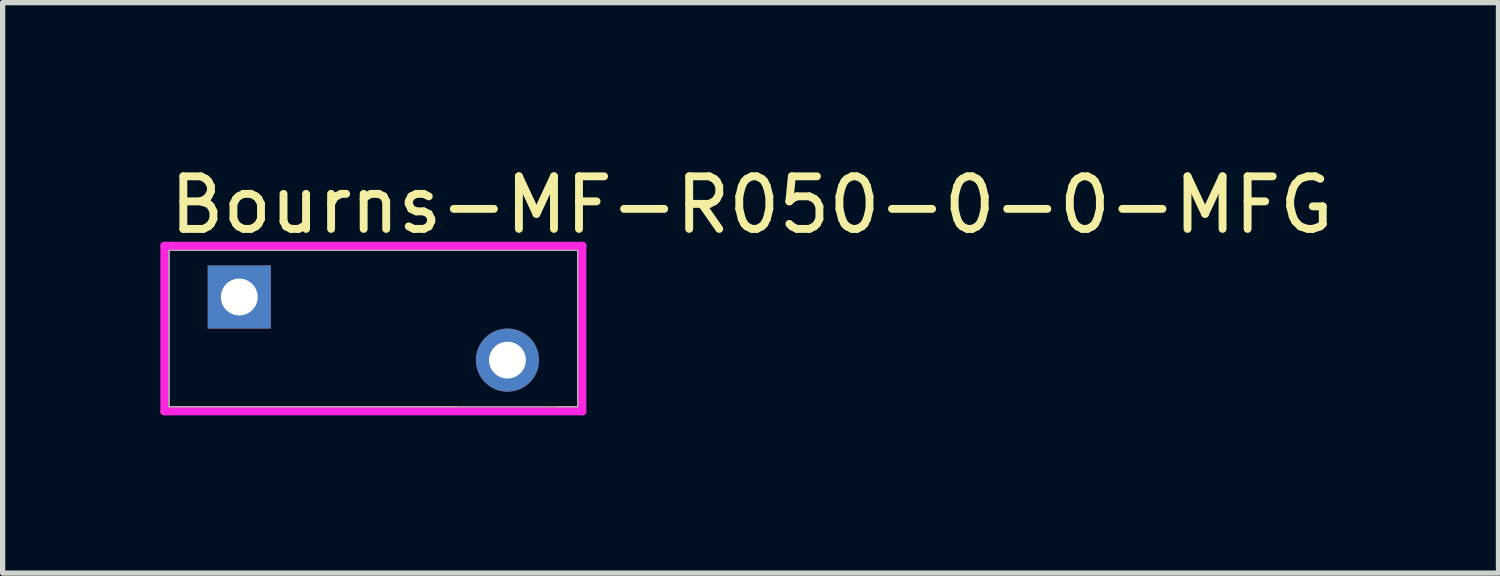
<source format=kicad_pcb>
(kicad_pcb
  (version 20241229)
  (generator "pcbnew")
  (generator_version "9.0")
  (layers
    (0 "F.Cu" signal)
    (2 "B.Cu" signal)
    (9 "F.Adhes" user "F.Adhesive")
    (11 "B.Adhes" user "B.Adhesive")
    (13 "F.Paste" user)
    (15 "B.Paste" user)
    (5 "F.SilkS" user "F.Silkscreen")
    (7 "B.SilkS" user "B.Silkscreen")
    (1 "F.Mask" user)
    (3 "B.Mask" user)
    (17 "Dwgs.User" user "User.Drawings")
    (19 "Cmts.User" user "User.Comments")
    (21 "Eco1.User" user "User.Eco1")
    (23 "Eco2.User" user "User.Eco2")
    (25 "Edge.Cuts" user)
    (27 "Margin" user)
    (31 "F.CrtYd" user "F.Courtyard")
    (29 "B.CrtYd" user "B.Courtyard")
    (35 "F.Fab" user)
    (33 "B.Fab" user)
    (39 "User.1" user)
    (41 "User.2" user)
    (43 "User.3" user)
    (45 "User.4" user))
  (footprint "Bourns-MF-R050-0-0-MFG"
    (layer "F.Cu")
    (at 4.05 3.198)
    (property "Reference" "Bourns-MF-R050-0-0-MFG" (at -3.95 -2.35 0) (layer "F.SilkS") (effects (font (size 1 1) (thickness 0.15)) (justify left)))
    (attr through_hole)
    (fp_line (start -3.95 -1.55) (end -3.525 -1.55) (stroke (width 0.15) (type solid)) (layer "F.SilkS"))
    (fp_line (start -3.95 1.55) (end -3.95 -1.55) (stroke (width 0.15) (type solid)) (layer "F.SilkS"))
    (fp_line (start -3.95 1.55) (end 1.575 1.55) (stroke (width 0.15) (type solid)) (layer "F.SilkS"))
    (fp_line (start -1.575 -1.55) (end 3.95 -1.55) (stroke (width 0.15) (type solid)) (layer "F.SilkS"))
    (fp_line (start 3.525 1.55) (end 3.95 1.55) (stroke (width 0.15) (type solid)) (layer "F.SilkS"))
    (fp_line (start 3.95 1.55) (end 3.95 -1.55) (stroke (width 0.15) (type solid)) (layer "F.SilkS"))
    (fp_line (start -3.975 -1.575) (end -3.975 1.575) (stroke (width 0.15) (type solid)) (layer "F.CrtYd"))
    (fp_line (start -3.975 1.575) (end 3.975 1.575) (stroke (width 0.15) (type solid)) (layer "F.CrtYd"))
    (fp_line (start 3.975 -1.575) (end -3.975 -1.575) (stroke (width 0.15) (type solid)) (layer "F.CrtYd"))
    (fp_line (start 3.975 -1.575) (end 3.975 -1.575) (stroke (width 0.15) (type solid)) (layer "F.CrtYd"))
    (fp_line (start 3.975 1.575) (end 3.975 -1.575) (stroke (width 0.15) (type solid)) (layer "F.CrtYd"))
    (fp_line (start -3.95 -1.55) (end 3.95 -1.55) (stroke (width 0.15) (type solid)) (layer "F.Fab"))
    (fp_line (start -3.95 1.55) (end -3.95 -1.55) (stroke (width 0.15) (type solid)) (layer "F.Fab"))
    (fp_line (start 3.95 -1.55) (end 3.95 1.55) (stroke (width 0.15) (type solid)) (layer "F.Fab"))
    (fp_line (start 3.95 1.55) (end -3.95 1.55) (stroke (width 0.15) (type solid)) (layer "F.Fab"))
    (pad "1" thru_hole rect (at -2.55 -0.6) (size 1.2 1.2) (drill 0.7) (layers "*.Cu"))
    (pad "2" thru_hole circle (at 2.55 0.6) (size 1.2 1.2) (drill 0.7) (layers "*.Cu")))
  (gr_rect
    (start -3 -3)
    (end 25.445 7.848)
    (stroke (width 0.1) (type default))
    (fill no)
    (layer "Edge.Cuts")))
</source>
